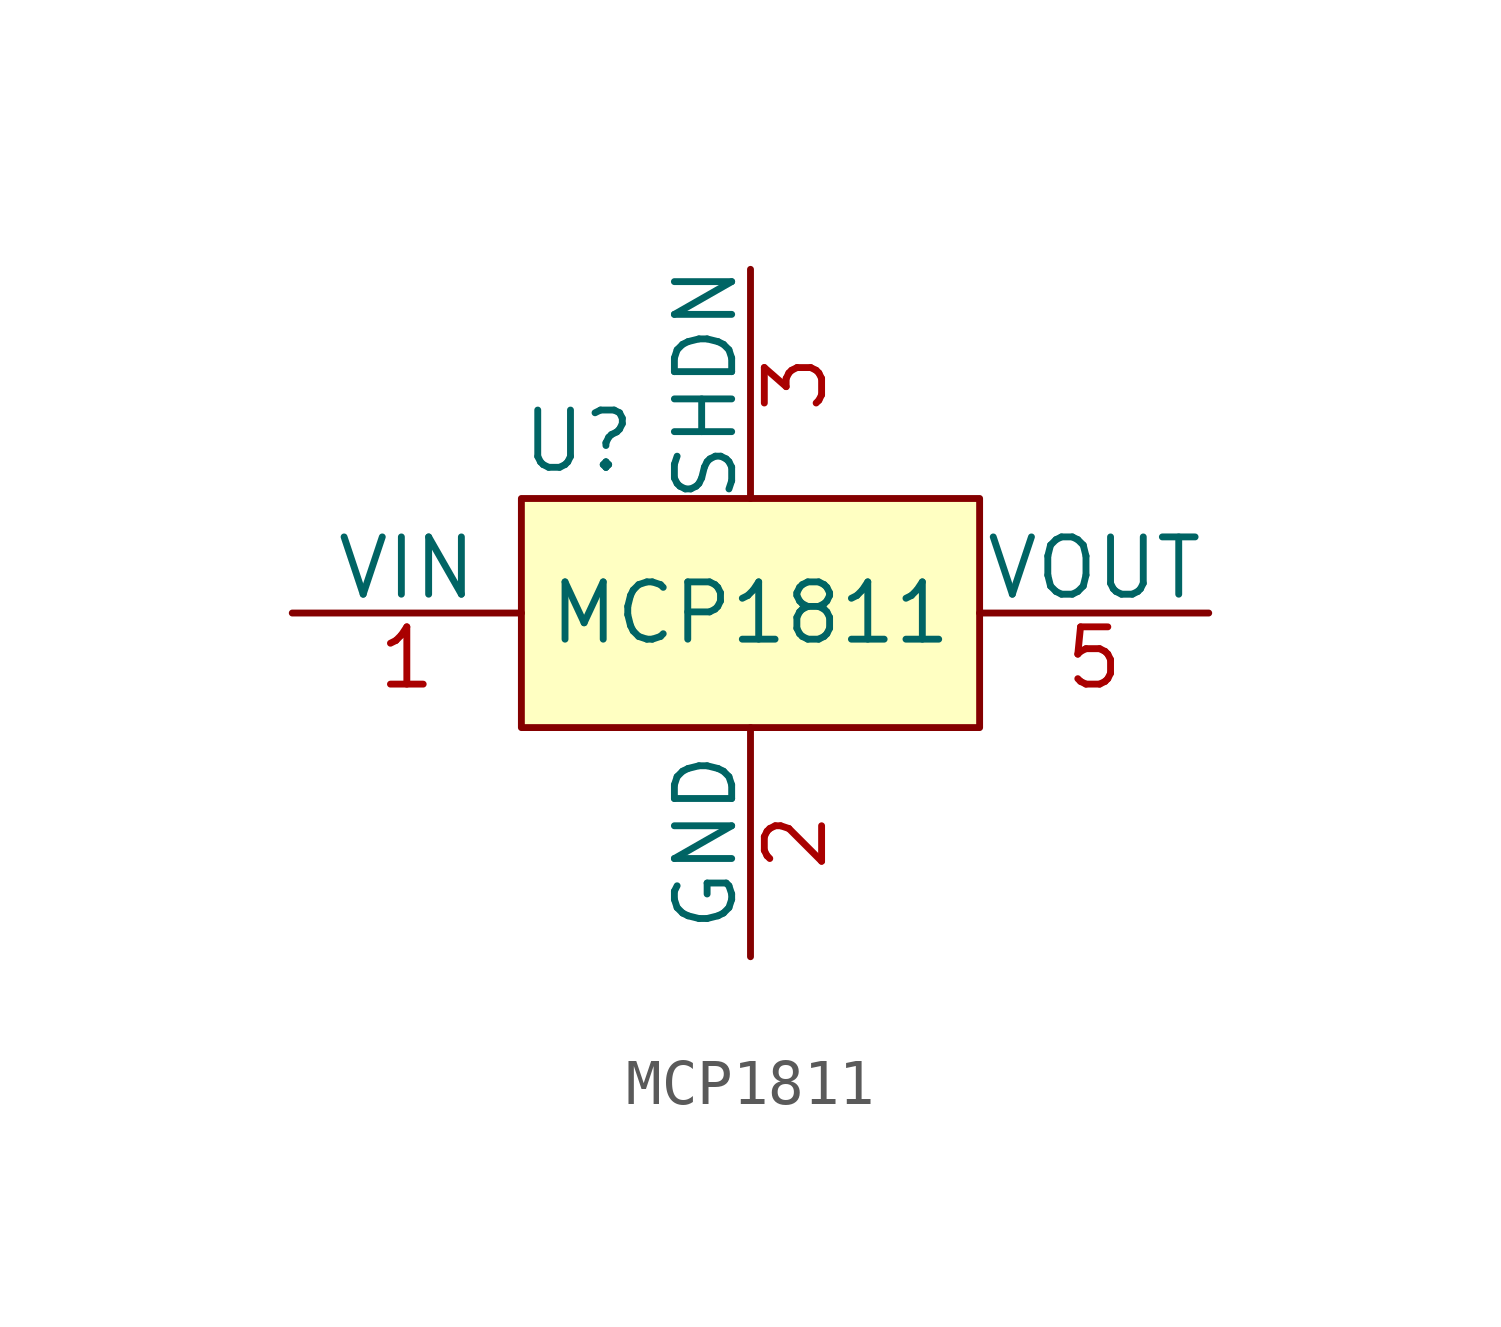
<source format=kicad_sym>
(kicad_symbol_lib
  (version 20211014)
  (generator kicad_symbol_editor)
  (symbol "MCP1811"
    (pin_names
      (offset 0))
    (property "Reference" "U"
      (at -3.81 3.81 0)
      (effects (font (size 1.27 1.27))))
    (property "Value" "MCP1811"
      (at 0 0 0)
      (effects (font (size 1.27 1.27))))
    (symbol "MCP1811_0_1"
      (rectangle (start -5.08 2.54) (end 5.08 -2.54) (stroke (width 0) (type default) (color 0 0 0 0)) (fill (type background))))
    (symbol "MCP1811_1_1"
      (pin power_in line (at -10.16 0 0) (length 5.08) (name "VIN" (effects (font (size 1.27 1.27)))) (number "1" (effects (font (size 1.27 1.27)))))
      (pin power_in line (at 0 -7.62 90) (length 5.08) (name "GND" (effects (font (size 1.27 1.27)))) (number "2" (effects (font (size 1.27 1.27)))))
      (pin input line (at 0 7.62 270) (length 5.08) (name "SHDN" (effects (font (size 1.27 1.27)))) (number "3" (effects (font (size 1.27 1.27)))))
      (pin power_out line (at 10.16 0 180) (length 5.08) (name "VOUT" (effects (font (size 1.27 1.27)))) (number "5" (effects (font (size 1.27 1.27))))))))
</source>
